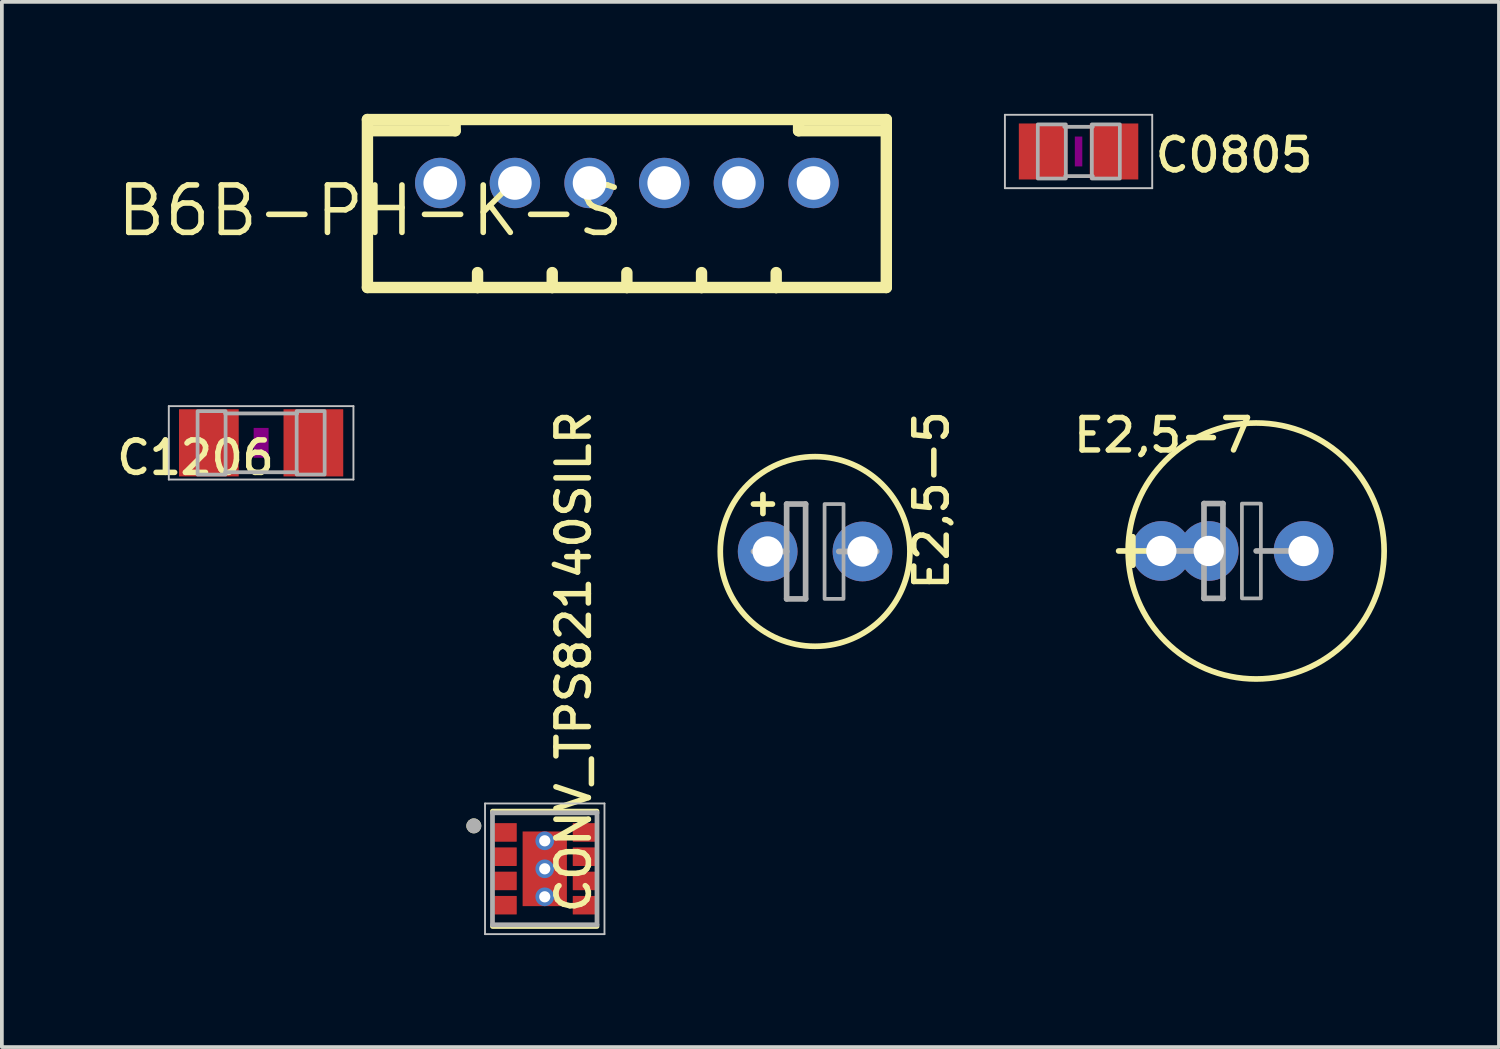
<source format=kicad_pcb>
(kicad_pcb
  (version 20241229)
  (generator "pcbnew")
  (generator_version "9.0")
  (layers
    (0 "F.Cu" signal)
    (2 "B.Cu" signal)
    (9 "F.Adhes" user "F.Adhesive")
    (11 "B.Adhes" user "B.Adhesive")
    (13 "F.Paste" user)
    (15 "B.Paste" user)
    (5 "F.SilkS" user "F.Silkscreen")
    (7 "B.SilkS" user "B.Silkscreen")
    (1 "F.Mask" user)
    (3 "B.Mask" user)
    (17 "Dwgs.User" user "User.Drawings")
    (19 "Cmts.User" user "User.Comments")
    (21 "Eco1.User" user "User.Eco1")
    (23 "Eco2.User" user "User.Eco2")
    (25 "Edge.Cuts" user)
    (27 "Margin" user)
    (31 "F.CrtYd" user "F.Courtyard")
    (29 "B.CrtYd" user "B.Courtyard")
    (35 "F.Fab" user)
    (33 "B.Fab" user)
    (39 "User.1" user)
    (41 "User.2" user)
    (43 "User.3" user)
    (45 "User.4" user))
  (footprint "E2,5-7"
    (layer "F.Cu")
    (at 30.6 11.71)
    (property "Reference" "E2,5-7" (at -4.966 -2.593 180) (layer "F.SilkS") (effects (font (size 0.869 0.869) (thickness 0.148)) (justify left bottom)))
    (attr through_hole)
    (fp_line (start -3.683 0) (end -2.921 0) (stroke (width 0.152) (type solid)) (layer "F.SilkS"))
    (fp_line (start -3.302 0.381) (end -3.302 -0.381) (stroke (width 0.152) (type solid)) (layer "F.SilkS"))
    (fp_circle (center 0 0) (end 3.429 0) (stroke (width 0.152) (type solid)) (fill no) (layer "F.SilkS"))
    (fp_line (start -2.286 0) (end -1.397 0) (stroke (width 0.152) (type solid)) (layer "F.Fab"))
    (fp_line (start -1.397 -1.27) (end -1.397 0) (stroke (width 0.152) (type solid)) (layer "F.Fab"))
    (fp_line (start -1.397 0) (end -1.397 1.27) (stroke (width 0.152) (type solid)) (layer "F.Fab"))
    (fp_line (start -1.397 1.27) (end -0.889 1.27) (stroke (width 0.152) (type solid)) (layer "F.Fab"))
    (fp_line (start -0.889 -1.27) (end -1.397 -1.27) (stroke (width 0.152) (type solid)) (layer "F.Fab"))
    (fp_line (start -0.889 1.27) (end -0.889 -1.27) (stroke (width 0.152) (type solid)) (layer "F.Fab"))
    (fp_line (start 0 0) (end 1.016 0) (stroke (width 0.152) (type solid)) (layer "F.Fab"))
    (fp_poly (pts (xy -0.381 1.27) (xy 0.127 1.27) (xy 0.127 -1.27) (xy -0.381 -1.27)) (stroke (width 0.1) (type solid)) (fill no) (layer "F.Fab"))
    (pad "+" thru_hole circle (at -1.27 0) (size 1.6 1.6) (drill 0.813) (layers "*.Cu" "*.Mask"))
    (pad "-" thru_hole circle (at 1.27 0) (size 1.6 1.6) (drill 0.813) (layers "*.Cu" "*.Mask"))
    (pad "P$1" thru_hole circle (at -2.54 0) (size 1.6 1.6) (drill 0.813) (layers "*.Cu" "*.Mask")))
  (footprint "B6B-PH-K-S"
    (layer "F.Cu")
    (at 13.743 1.852)
    (property "Reference" "B6B-PH-K-S" (at 0 0 0) (layer "F.SilkS") (effects (font (size 1.27 1.27) (thickness 0.15)) (justify right top)))
    (attr through_hole)
    (fp_line (start -6.95 -1.7) (end -6.95 2.8) (stroke (width 0.305) (type solid)) (layer "F.SilkS"))
    (fp_line (start -6.95 -1.7) (end 6.95 -1.7) (stroke (width 0.305) (type solid)) (layer "F.SilkS"))
    (fp_line (start -6.95 2.8) (end -4 2.8) (stroke (width 0.305) (type solid)) (layer "F.SilkS"))
    (fp_line (start -4.6 -1.4) (end -6.8 -1.4) (stroke (width 0.305) (type solid)) (layer "F.SilkS"))
    (fp_line (start -4.6 -1.4) (end -4.6 -1.6) (stroke (width 0.305) (type solid)) (layer "F.SilkS"))
    (fp_line (start -4 2.4) (end -4 2.8) (stroke (width 0.305) (type solid)) (layer "F.SilkS"))
    (fp_line (start -4 2.8) (end -2 2.8) (stroke (width 0.305) (type solid)) (layer "F.SilkS"))
    (fp_line (start -2 2.4) (end -2 2.8) (stroke (width 0.305) (type solid)) (layer "F.SilkS"))
    (fp_line (start -2 2.8) (end 0 2.8) (stroke (width 0.305) (type solid)) (layer "F.SilkS"))
    (fp_line (start 0 2.4) (end 0 2.8) (stroke (width 0.305) (type solid)) (layer "F.SilkS"))
    (fp_line (start 0 2.8) (end 2 2.8) (stroke (width 0.305) (type solid)) (layer "F.SilkS"))
    (fp_line (start 2 2.4) (end 2 2.8) (stroke (width 0.305) (type solid)) (layer "F.SilkS"))
    (fp_line (start 2 2.8) (end 4 2.8) (stroke (width 0.305) (type solid)) (layer "F.SilkS"))
    (fp_line (start 4 2.4) (end 4 2.8) (stroke (width 0.305) (type solid)) (layer "F.SilkS"))
    (fp_line (start 4 2.8) (end 6.95 2.8) (stroke (width 0.305) (type solid)) (layer "F.SilkS"))
    (fp_line (start 4.6 -1.6) (end 4.6 -1.4) (stroke (width 0.305) (type solid)) (layer "F.SilkS"))
    (fp_line (start 4.6 -1.4) (end 6.8 -1.4) (stroke (width 0.305) (type solid)) (layer "F.SilkS"))
    (fp_line (start 6.95 -1.7) (end 6.95 2.8) (stroke (width 0.305) (type solid)) (layer "F.SilkS"))
    (pad "1" thru_hole circle (at -5 0) (size 1.35 1.35) (drill 0.9) (layers "*.Cu" "*.Mask"))
    (pad "2" thru_hole circle (at -3 0) (size 1.35 1.35) (drill 0.9) (layers "*.Cu" "*.Mask"))
    (pad "3" thru_hole circle (at -1 0) (size 1.35 1.35) (drill 0.9) (layers "*.Cu" "*.Mask"))
    (pad "4" thru_hole circle (at 1 0) (size 1.35 1.35) (drill 0.9) (layers "*.Cu" "*.Mask"))
    (pad "5" thru_hole circle (at 3 0) (size 1.35 1.35) (drill 0.9) (layers "*.Cu" "*.Mask"))
    (pad "6" thru_hole circle (at 5 0) (size 1.35 1.35) (drill 0.9) (layers "*.Cu" "*.Mask")))
  (footprint "C1206"
    (layer "F.Cu")
    (at 3.945 8.813)
    (property "Reference" "C1206" (at -3.945 0.905 180) (layer "F.SilkS") (effects (font (size 0.869 0.869) (thickness 0.148)) (justify left bottom)))
    (attr through_hole)
    (fp_poly (pts (xy -0.2 0.4) (xy 0.2 0.4) (xy 0.2 -0.4) (xy -0.2 -0.4)) (stroke (width 0) (type solid)) (fill yes) (layer "F.Adhes"))
    (fp_line (start -2.473 -0.983) (end 2.473 -0.983) (stroke (width 0.051) (type solid)) (layer "Dwgs.User"))
    (fp_line (start -2.473 0.983) (end -2.473 -0.983) (stroke (width 0.051) (type solid)) (layer "Dwgs.User"))
    (fp_line (start 2.473 -0.983) (end 2.473 0.983) (stroke (width 0.051) (type solid)) (layer "Dwgs.User"))
    (fp_line (start 2.473 0.983) (end -2.473 0.983) (stroke (width 0.051) (type solid)) (layer "Dwgs.User"))
    (fp_line (start -0.965 -0.787) (end 0.965 -0.787) (stroke (width 0.102) (type solid)) (layer "F.Fab"))
    (fp_line (start -0.965 0.787) (end 0.965 0.787) (stroke (width 0.102) (type solid)) (layer "F.Fab"))
    (fp_poly (pts (xy -1.702 0.851) (xy -0.952 0.851) (xy -0.952 -0.849) (xy -1.702 -0.849)) (stroke (width 0.1) (type solid)) (fill no) (layer "F.Fab"))
    (fp_poly (pts (xy 0.952 0.849) (xy 1.702 0.849) (xy 1.702 -0.851) (xy 0.952 -0.851)) (stroke (width 0.1) (type solid)) (fill no) (layer "F.Fab"))
    (pad "1" smd rect (at -1.4 0) (size 1.6 1.8) (layers "F.Cu" "F.Mask" "F.Paste"))
    (pad "2" smd rect (at 1.4 0) (size 1.6 1.8) (layers "F.Cu" "F.Mask" "F.Paste")))
  (footprint "C0805"
    (layer "F.Cu")
    (at 25.843 1.008)
    (property "Reference" "C0805" (at 1.98 0.605 0) (layer "F.SilkS") (effects (font (size 0.869 0.869) (thickness 0.148)) (justify left bottom)))
    (attr through_hole)
    (fp_poly (pts (xy -0.1 0.4) (xy 0.1 0.4) (xy 0.1 -0.4) (xy -0.1 -0.4)) (stroke (width 0) (type solid)) (fill yes) (layer "F.Adhes"))
    (fp_line (start -1.973 -0.983) (end 1.973 -0.983) (stroke (width 0.051) (type solid)) (layer "Dwgs.User"))
    (fp_line (start -1.973 0.983) (end -1.973 -0.983) (stroke (width 0.051) (type solid)) (layer "Dwgs.User"))
    (fp_line (start 1.973 -0.983) (end 1.973 0.983) (stroke (width 0.051) (type solid)) (layer "Dwgs.User"))
    (fp_line (start 1.973 0.983) (end -1.973 0.983) (stroke (width 0.051) (type solid)) (layer "Dwgs.User"))
    (fp_line (start -0.381 -0.66) (end 0.381 -0.66) (stroke (width 0.102) (type solid)) (layer "F.Fab"))
    (fp_line (start -0.356 0.66) (end 0.381 0.66) (stroke (width 0.102) (type solid)) (layer "F.Fab"))
    (fp_poly (pts (xy -1.092 0.724) (xy -0.342 0.724) (xy -0.342 -0.726) (xy -1.092 -0.726)) (stroke (width 0.1) (type solid)) (fill no) (layer "F.Fab"))
    (fp_poly (pts (xy 0.356 0.724) (xy 1.106 0.724) (xy 1.106 -0.726) (xy 0.356 -0.726)) (stroke (width 0.1) (type solid)) (fill no) (layer "F.Fab"))
    (pad "1" smd rect (at -0.95 0) (size 1.3 1.5) (layers "F.Cu" "F.Mask" "F.Paste"))
    (pad "2" smd rect (at 0.95 0) (size 1.3 1.5) (layers "F.Cu" "F.Mask" "F.Paste")))
  (footprint "E2,5-5"
    (layer "F.Cu")
    (at 18.785 11.723)
    (property "Reference" "E2,5-5" (at 3.626 1.108 90) (layer "F.SilkS") (effects (font (size 0.869 0.869) (thickness 0.148)) (justify left bottom)))
    (attr through_hole)
    (fp_line (start -1.651 -1.27) (end -1.397 -1.27) (stroke (width 0.152) (type solid)) (layer "F.SilkS"))
    (fp_line (start -1.397 -1.27) (end -1.397 -1.524) (stroke (width 0.152) (type solid)) (layer "F.SilkS"))
    (fp_line (start -1.397 -1.27) (end -1.143 -1.27) (stroke (width 0.152) (type solid)) (layer "F.SilkS"))
    (fp_line (start -1.397 -1.016) (end -1.397 -1.27) (stroke (width 0.152) (type solid)) (layer "F.SilkS"))
    (fp_circle (center 0 0) (end 2.54 0) (stroke (width 0.152) (type solid)) (fill no) (layer "F.SilkS"))
    (fp_line (start -1.651 0) (end -0.762 0) (stroke (width 0.152) (type solid)) (layer "F.Fab"))
    (fp_line (start -0.762 -1.27) (end -0.762 0) (stroke (width 0.152) (type solid)) (layer "F.Fab"))
    (fp_line (start -0.762 0) (end -0.762 1.27) (stroke (width 0.152) (type solid)) (layer "F.Fab"))
    (fp_line (start -0.762 1.27) (end -0.254 1.27) (stroke (width 0.152) (type solid)) (layer "F.Fab"))
    (fp_line (start -0.254 -1.27) (end -0.762 -1.27) (stroke (width 0.152) (type solid)) (layer "F.Fab"))
    (fp_line (start -0.254 1.27) (end -0.254 -1.27) (stroke (width 0.152) (type solid)) (layer "F.Fab"))
    (fp_line (start 0.635 0) (end 1.651 0) (stroke (width 0.152) (type solid)) (layer "F.Fab"))
    (fp_poly (pts (xy 0.254 1.27) (xy 0.762 1.27) (xy 0.762 -1.27) (xy 0.254 -1.27)) (stroke (width 0.1) (type solid)) (fill no) (layer "F.Fab"))
    (pad "+" thru_hole circle (at -1.27 0) (size 1.6 1.6) (drill 0.813) (layers "*.Cu" "*.Mask"))
    (pad "-" thru_hole circle (at 1.27 0) (size 1.6 1.6) (drill 0.813) (layers "*.Cu" "*.Mask")))
  (footprint "CONV_TPS82140SILR"
    (layer "F.Cu")
    (at 11.543 20.224)
    (property "Reference" "CONV_TPS82140SILR" (at 1.282 1.252 90) (layer "F.SilkS") (effects (font (size 0.869 0.869) (thickness 0.148)) (justify left bottom)))
    (attr through_hole)
    (fp_poly (pts (xy -0.593 -1) (xy 0.593 -1) (xy 0.593 1) (xy -0.593 1)) (stroke (width 0) (type solid)) (fill yes) (layer "F.Cu"))
    (fp_poly (pts (xy -0.55 0.95) (xy 0.55 0.95) (xy 0.55 -0.95) (xy -0.55 -0.95)) (stroke (width 0) (type solid)) (fill yes) (layer "F.Mask"))
    (fp_poly (pts (xy -0.85 -0.775) (xy -1.25 -0.775) (xy -1.3 -0.825) (xy -1.3 -1.125) (xy -1.25 -1.175) (xy -0.85 -1.175) (xy -0.8 -1.125) (xy -0.8 -0.825)) (stroke (width 0) (type solid)) (fill yes) (layer "F.Mask"))
    (fp_poly (pts (xy -0.85 -0.125) (xy -1.25 -0.125) (xy -1.3 -0.175) (xy -1.3 -0.475) (xy -1.25 -0.525) (xy -0.85 -0.525) (xy -0.8 -0.475) (xy -0.8 -0.175)) (stroke (width 0) (type solid)) (fill yes) (layer "F.Mask"))
    (fp_poly (pts (xy -0.85 0.525) (xy -1.25 0.525) (xy -1.3 0.475) (xy -1.3 0.175) (xy -1.25 0.125) (xy -0.85 0.125) (xy -0.8 0.175) (xy -0.8 0.475)) (stroke (width 0) (type solid)) (fill yes) (layer "F.Mask"))
    (fp_poly (pts (xy -0.85 1.175) (xy -1.25 1.175) (xy -1.3 1.125) (xy -1.3 0.825) (xy -1.25 0.775) (xy -0.85 0.775) (xy -0.8 0.825) (xy -0.8 1.125)) (stroke (width 0) (type solid)) (fill yes) (layer "F.Mask"))
    (fp_poly (pts (xy 1.25 -0.775) (xy 0.85 -0.775) (xy 0.8 -0.825) (xy 0.8 -1.125) (xy 0.85 -1.175) (xy 1.25 -1.175) (xy 1.3 -1.125) (xy 1.3 -0.825)) (stroke (width 0) (type solid)) (fill yes) (layer "F.Mask"))
    (fp_poly (pts (xy 1.25 -0.125) (xy 0.85 -0.125) (xy 0.8 -0.175) (xy 0.8 -0.475) (xy 0.85 -0.525) (xy 1.25 -0.525) (xy 1.3 -0.475) (xy 1.3 -0.175)) (stroke (width 0) (type solid)) (fill yes) (layer "F.Mask"))
    (fp_poly (pts (xy 1.25 0.525) (xy 0.85 0.525) (xy 0.8 0.475) (xy 0.8 0.175) (xy 0.85 0.125) (xy 1.25 0.125) (xy 1.3 0.175) (xy 1.3 0.475)) (stroke (width 0) (type solid)) (fill yes) (layer "F.Mask"))
    (fp_poly (pts (xy 1.25 1.175) (xy 0.85 1.175) (xy 0.8 1.125) (xy 0.8 0.825) (xy 0.85 0.775) (xy 1.25 0.775) (xy 1.3 0.825) (xy 1.3 1.125)) (stroke (width 0) (type solid)) (fill yes) (layer "F.Mask"))
    (fp_line (start -1.4 1.545) (end 1.4 1.545) (stroke (width 0.127) (type solid)) (layer "F.SilkS"))
    (fp_line (start 1.4 -1.545) (end -1.4 -1.545) (stroke (width 0.127) (type solid)) (layer "F.SilkS"))
    (fp_circle (center -1.9 -1.15) (end -1.8 -1.15) (stroke (width 0.2) (type solid)) (fill no) (layer "F.SilkS"))
    (fp_poly (pts (xy -0.52 -0.1) (xy 0.52 -0.1) (xy 0.52 -0.95) (xy -0.52 -0.95)) (stroke (width 0) (type solid)) (fill yes) (layer "F.Paste"))
    (fp_poly (pts (xy -0.52 0.95) (xy 0.52 0.95) (xy 0.52 0.1) (xy -0.52 0.1)) (stroke (width 0) (type solid)) (fill yes) (layer "F.Paste"))
    (fp_poly (pts (xy -0.85 -0.775) (xy -1.25 -0.775) (xy -1.3 -0.825) (xy -1.3 -1.125) (xy -1.25 -1.175) (xy -0.85 -1.175) (xy -0.8 -1.125) (xy -0.8 -0.825)) (stroke (width 0) (type solid)) (fill yes) (layer "F.Paste"))
    (fp_poly (pts (xy -0.85 -0.125) (xy -1.25 -0.125) (xy -1.3 -0.175) (xy -1.3 -0.475) (xy -1.25 -0.525) (xy -0.85 -0.525) (xy -0.8 -0.475) (xy -0.8 -0.175)) (stroke (width 0) (type solid)) (fill yes) (layer "F.Paste"))
    (fp_poly (pts (xy -0.85 0.525) (xy -1.25 0.525) (xy -1.3 0.475) (xy -1.3 0.175) (xy -1.25 0.125) (xy -0.85 0.125) (xy -0.8 0.175) (xy -0.8 0.475)) (stroke (width 0) (type solid)) (fill yes) (layer "F.Paste"))
    (fp_poly (pts (xy -0.85 1.175) (xy -1.25 1.175) (xy -1.3 1.125) (xy -1.3 0.825) (xy -1.25 0.775) (xy -0.85 0.775) (xy -0.8 0.825) (xy -0.8 1.125)) (stroke (width 0) (type solid)) (fill yes) (layer "F.Paste"))
    (fp_poly (pts (xy 1.25 -0.775) (xy 0.85 -0.775) (xy 0.8 -0.825) (xy 0.8 -1.125) (xy 0.85 -1.175) (xy 1.25 -1.175) (xy 1.3 -1.125) (xy 1.3 -0.825)) (stroke (width 0) (type solid)) (fill yes) (layer "F.Paste"))
    (fp_poly (pts (xy 1.25 -0.125) (xy 0.85 -0.125) (xy 0.8 -0.175) (xy 0.8 -0.475) (xy 0.85 -0.525) (xy 1.25 -0.525) (xy 1.3 -0.475) (xy 1.3 -0.175)) (stroke (width 0) (type solid)) (fill yes) (layer "F.Paste"))
    (fp_poly (pts (xy 1.25 0.525) (xy 0.85 0.525) (xy 0.8 0.475) (xy 0.8 0.175) (xy 0.85 0.125) (xy 1.25 0.125) (xy 1.3 0.175) (xy 1.3 0.475)) (stroke (width 0) (type solid)) (fill yes) (layer "F.Paste"))
    (fp_poly (pts (xy 1.25 1.175) (xy 0.85 1.175) (xy 0.8 1.125) (xy 0.8 0.825) (xy 0.85 0.775) (xy 1.25 0.775) (xy 1.3 0.825) (xy 1.3 1.125)) (stroke (width 0) (type solid)) (fill yes) (layer "F.Paste"))
    (fp_line (start -1.6 -1.75) (end -1.6 1.75) (stroke (width 0.05) (type solid)) (layer "Dwgs.User"))
    (fp_line (start -1.6 1.75) (end 1.6 1.75) (stroke (width 0.05) (type solid)) (layer "Dwgs.User"))
    (fp_line (start 1.6 -1.75) (end -1.6 -1.75) (stroke (width 0.05) (type solid)) (layer "Dwgs.User"))
    (fp_line (start 1.6 1.75) (end 1.6 -1.75) (stroke (width 0.05) (type solid)) (layer "Dwgs.User"))
    (fp_line (start -1.4 -1.5) (end -1.4 1.5) (stroke (width 0.127) (type solid)) (layer "F.Fab"))
    (fp_line (start -1.4 1.5) (end 1.4 1.5) (stroke (width 0.127) (type solid)) (layer "F.Fab"))
    (fp_line (start 1.4 -1.5) (end -1.4 -1.5) (stroke (width 0.127) (type solid)) (layer "F.Fab"))
    (fp_line (start 1.4 1.5) (end 1.4 -1.5) (stroke (width 0.127) (type solid)) (layer "F.Fab"))
    (fp_circle (center -1.9 -1.15) (end -1.8 -1.15) (stroke (width 0.2) (type solid)) (fill no) (layer "F.Fab"))
    (pad "1" smd roundrect (at -1.05 -0.975) (size 0.6 0.498) (layers "F.Cu" "F.Mask") (roundrect_rratio 0.025))
    (pad "2" smd roundrect (at -1.05 -0.325) (size 0.6 0.498) (layers "F.Cu" "F.Mask") (roundrect_rratio 0.025))
    (pad "3" smd roundrect (at -1.05 0.325) (size 0.6 0.498) (layers "F.Cu" "F.Mask") (roundrect_rratio 0.025))
    (pad "4" smd roundrect (at -1.05 0.975) (size 0.6 0.498) (layers "F.Cu" "F.Mask") (roundrect_rratio 0.025))
    (pad "5" smd roundrect (at 1.05 0.975) (size 0.6 0.498) (layers "F.Cu" "F.Mask") (roundrect_rratio 0.025))
    (pad "6" smd roundrect (at 1.05 0.325) (size 0.6 0.498) (layers "F.Cu" "F.Mask") (roundrect_rratio 0.025))
    (pad "7" smd roundrect (at 1.05 -0.325) (size 0.6 0.498) (layers "F.Cu" "F.Mask") (roundrect_rratio 0.025))
    (pad "8" smd roundrect (at 1.05 -0.975) (size 0.6 0.498) (layers "F.Cu" "F.Mask") (roundrect_rratio 0.025))
    (pad "10" thru_hole circle (at 0 -0.75) (size 0.5 0.5) (drill 0.3) (layers "*.Cu" "*.Mask"))
    (pad "11" thru_hole circle (at 0 0) (size 0.5 0.5) (drill 0.3) (layers "*.Cu" "*.Mask"))
    (pad "12" thru_hole circle (at 0 0.75) (size 0.5 0.5) (drill 0.3) (layers "*.Cu" "*.Mask")))
  (gr_rect
    (start -3 -3)
    (end 37.105 24.999)
    (stroke (width 0.1) (type default))
    (fill no)
    (layer "Edge.Cuts")))
</source>
